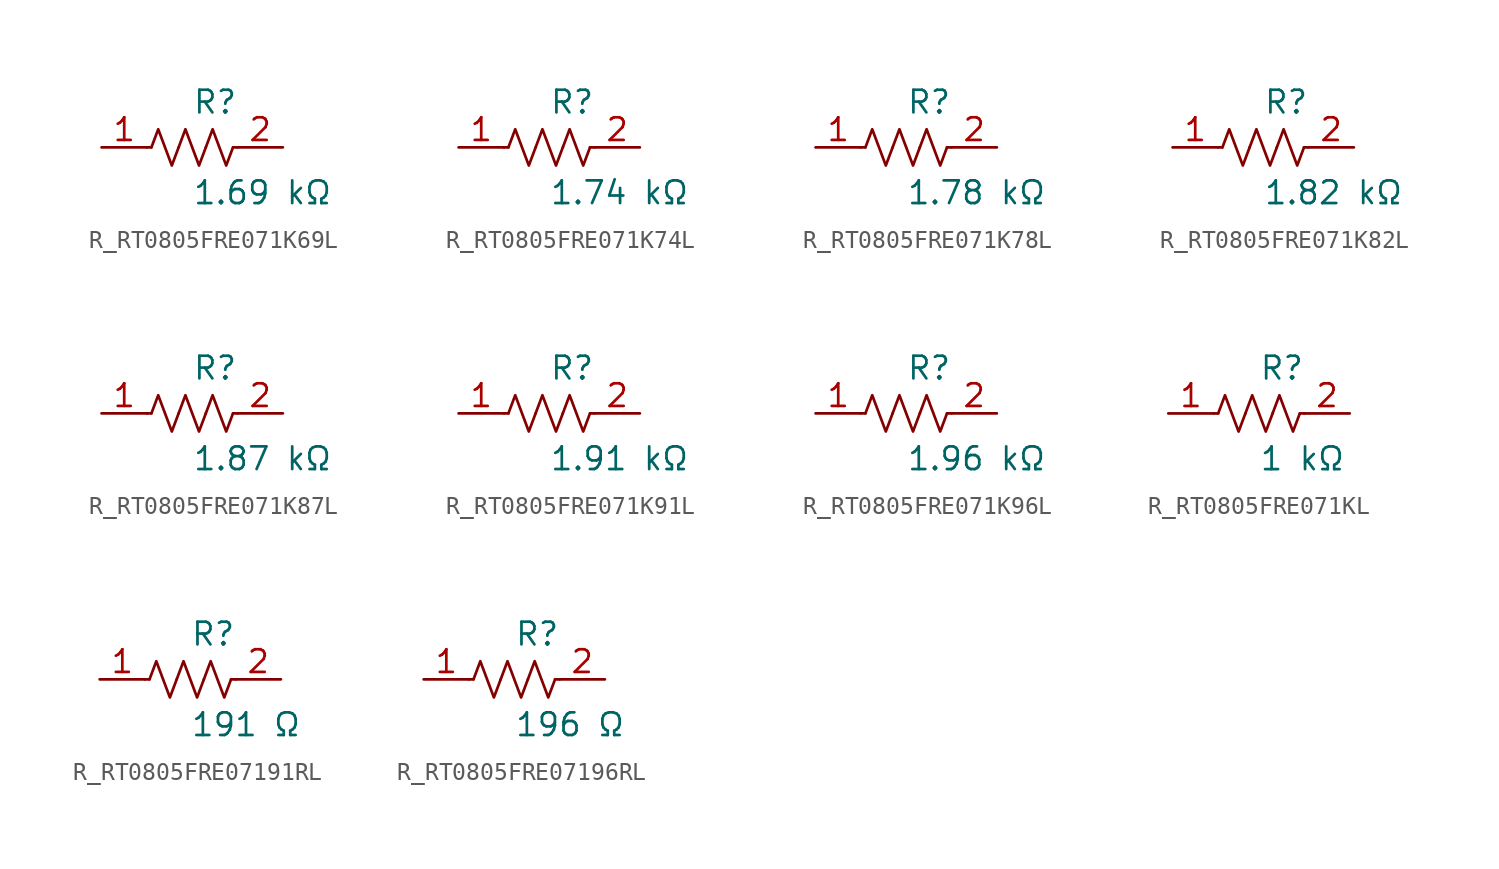
<source format=kicad_sym>
(kicad_symbol_lib
  (version 20231120)
  (generator kicad_symbol_editor)
  (generator_version 8.0)
  (symbol "R_RT0805FRE071K69L"
    (pin_names
      (offset 0.254))
    (property "Reference" "R"
      (at 0.0 2.54 0)
      (effects (font (size 1.27 1.27)) (justify left)))
    (property "Value" "1.69 kΩ"
      (at 0.0 -2.54 0)
      (effects (font (size 1.27 1.27)) (justify left)))
    (symbol "R_RT0805FRE071K69L_0_1"
      (polyline (pts (xy 2.286 0) (xy 2.54 0)) (stroke (width 0) (type default)) (fill (type none)))
      (polyline (pts (xy -2.286 0) (xy -2.54 0)) (stroke (width 0) (type default)) (fill (type none)))
      (polyline (pts (xy 0.762 0) (xy 1.143 1.016) (xy 1.524 0) (xy 1.905 -1.016) (xy 2.286 0)) (stroke (width 0) (type default)) (fill (type none)))
      (polyline (pts (xy -0.762 0) (xy -0.381 1.016) (xy 0 0) (xy 0.381 -1.016) (xy 0.762 0)) (stroke (width 0) (type default)) (fill (type none)))
      (polyline (pts (xy -2.286 0) (xy -1.905 1.016) (xy -1.524 0) (xy -1.143 -1.016) (xy -0.762 0)) (stroke (width 0) (type default)) (fill (type none))))
    (pin unspecified line
      (at -5.08 0 0)
      (length 2.54)
      (name "" (effects (font (size 1.27 1.27))))
      (number "1" (effects (font (size 1.27 1.27)))))
    (pin unspecified line
      (at 5.08 0 180)
      (length 2.54)
      (name "" (effects (font (size 1.27 1.27))))
      (number "2" (effects (font (size 1.27 1.27))))))
  (symbol "R_RT0805FRE071K74L"
    (pin_names
      (offset 0.254))
    (property "Reference" "R"
      (at 0.0 2.54 0)
      (effects (font (size 1.27 1.27)) (justify left)))
    (property "Value" "1.74 kΩ"
      (at 0.0 -2.54 0)
      (effects (font (size 1.27 1.27)) (justify left)))
    (symbol "R_RT0805FRE071K74L_0_1"
      (polyline (pts (xy 2.286 0) (xy 2.54 0)) (stroke (width 0) (type default)) (fill (type none)))
      (polyline (pts (xy -2.286 0) (xy -2.54 0)) (stroke (width 0) (type default)) (fill (type none)))
      (polyline (pts (xy 0.762 0) (xy 1.143 1.016) (xy 1.524 0) (xy 1.905 -1.016) (xy 2.286 0)) (stroke (width 0) (type default)) (fill (type none)))
      (polyline (pts (xy -0.762 0) (xy -0.381 1.016) (xy 0 0) (xy 0.381 -1.016) (xy 0.762 0)) (stroke (width 0) (type default)) (fill (type none)))
      (polyline (pts (xy -2.286 0) (xy -1.905 1.016) (xy -1.524 0) (xy -1.143 -1.016) (xy -0.762 0)) (stroke (width 0) (type default)) (fill (type none))))
    (pin unspecified line
      (at -5.08 0 0)
      (length 2.54)
      (name "" (effects (font (size 1.27 1.27))))
      (number "1" (effects (font (size 1.27 1.27)))))
    (pin unspecified line
      (at 5.08 0 180)
      (length 2.54)
      (name "" (effects (font (size 1.27 1.27))))
      (number "2" (effects (font (size 1.27 1.27))))))
  (symbol "R_RT0805FRE071K78L"
    (pin_names
      (offset 0.254))
    (property "Reference" "R"
      (at 0.0 2.54 0)
      (effects (font (size 1.27 1.27)) (justify left)))
    (property "Value" "1.78 kΩ"
      (at 0.0 -2.54 0)
      (effects (font (size 1.27 1.27)) (justify left)))
    (symbol "R_RT0805FRE071K78L_0_1"
      (polyline (pts (xy 2.286 0) (xy 2.54 0)) (stroke (width 0) (type default)) (fill (type none)))
      (polyline (pts (xy -2.286 0) (xy -2.54 0)) (stroke (width 0) (type default)) (fill (type none)))
      (polyline (pts (xy 0.762 0) (xy 1.143 1.016) (xy 1.524 0) (xy 1.905 -1.016) (xy 2.286 0)) (stroke (width 0) (type default)) (fill (type none)))
      (polyline (pts (xy -0.762 0) (xy -0.381 1.016) (xy 0 0) (xy 0.381 -1.016) (xy 0.762 0)) (stroke (width 0) (type default)) (fill (type none)))
      (polyline (pts (xy -2.286 0) (xy -1.905 1.016) (xy -1.524 0) (xy -1.143 -1.016) (xy -0.762 0)) (stroke (width 0) (type default)) (fill (type none))))
    (pin unspecified line
      (at -5.08 0 0)
      (length 2.54)
      (name "" (effects (font (size 1.27 1.27))))
      (number "1" (effects (font (size 1.27 1.27)))))
    (pin unspecified line
      (at 5.08 0 180)
      (length 2.54)
      (name "" (effects (font (size 1.27 1.27))))
      (number "2" (effects (font (size 1.27 1.27))))))
  (symbol "R_RT0805FRE071K82L"
    (pin_names
      (offset 0.254))
    (property "Reference" "R"
      (at 0.0 2.54 0)
      (effects (font (size 1.27 1.27)) (justify left)))
    (property "Value" "1.82 kΩ"
      (at 0.0 -2.54 0)
      (effects (font (size 1.27 1.27)) (justify left)))
    (symbol "R_RT0805FRE071K82L_0_1"
      (polyline (pts (xy 2.286 0) (xy 2.54 0)) (stroke (width 0) (type default)) (fill (type none)))
      (polyline (pts (xy -2.286 0) (xy -2.54 0)) (stroke (width 0) (type default)) (fill (type none)))
      (polyline (pts (xy 0.762 0) (xy 1.143 1.016) (xy 1.524 0) (xy 1.905 -1.016) (xy 2.286 0)) (stroke (width 0) (type default)) (fill (type none)))
      (polyline (pts (xy -0.762 0) (xy -0.381 1.016) (xy 0 0) (xy 0.381 -1.016) (xy 0.762 0)) (stroke (width 0) (type default)) (fill (type none)))
      (polyline (pts (xy -2.286 0) (xy -1.905 1.016) (xy -1.524 0) (xy -1.143 -1.016) (xy -0.762 0)) (stroke (width 0) (type default)) (fill (type none))))
    (pin unspecified line
      (at -5.08 0 0)
      (length 2.54)
      (name "" (effects (font (size 1.27 1.27))))
      (number "1" (effects (font (size 1.27 1.27)))))
    (pin unspecified line
      (at 5.08 0 180)
      (length 2.54)
      (name "" (effects (font (size 1.27 1.27))))
      (number "2" (effects (font (size 1.27 1.27))))))
  (symbol "R_RT0805FRE071K87L"
    (pin_names
      (offset 0.254))
    (property "Reference" "R"
      (at 0.0 2.54 0)
      (effects (font (size 1.27 1.27)) (justify left)))
    (property "Value" "1.87 kΩ"
      (at 0.0 -2.54 0)
      (effects (font (size 1.27 1.27)) (justify left)))
    (symbol "R_RT0805FRE071K87L_0_1"
      (polyline (pts (xy 2.286 0) (xy 2.54 0)) (stroke (width 0) (type default)) (fill (type none)))
      (polyline (pts (xy -2.286 0) (xy -2.54 0)) (stroke (width 0) (type default)) (fill (type none)))
      (polyline (pts (xy 0.762 0) (xy 1.143 1.016) (xy 1.524 0) (xy 1.905 -1.016) (xy 2.286 0)) (stroke (width 0) (type default)) (fill (type none)))
      (polyline (pts (xy -0.762 0) (xy -0.381 1.016) (xy 0 0) (xy 0.381 -1.016) (xy 0.762 0)) (stroke (width 0) (type default)) (fill (type none)))
      (polyline (pts (xy -2.286 0) (xy -1.905 1.016) (xy -1.524 0) (xy -1.143 -1.016) (xy -0.762 0)) (stroke (width 0) (type default)) (fill (type none))))
    (pin unspecified line
      (at -5.08 0 0)
      (length 2.54)
      (name "" (effects (font (size 1.27 1.27))))
      (number "1" (effects (font (size 1.27 1.27)))))
    (pin unspecified line
      (at 5.08 0 180)
      (length 2.54)
      (name "" (effects (font (size 1.27 1.27))))
      (number "2" (effects (font (size 1.27 1.27))))))
  (symbol "R_RT0805FRE071K91L"
    (pin_names
      (offset 0.254))
    (property "Reference" "R"
      (at 0.0 2.54 0)
      (effects (font (size 1.27 1.27)) (justify left)))
    (property "Value" "1.91 kΩ"
      (at 0.0 -2.54 0)
      (effects (font (size 1.27 1.27)) (justify left)))
    (symbol "R_RT0805FRE071K91L_0_1"
      (polyline (pts (xy 2.286 0) (xy 2.54 0)) (stroke (width 0) (type default)) (fill (type none)))
      (polyline (pts (xy -2.286 0) (xy -2.54 0)) (stroke (width 0) (type default)) (fill (type none)))
      (polyline (pts (xy 0.762 0) (xy 1.143 1.016) (xy 1.524 0) (xy 1.905 -1.016) (xy 2.286 0)) (stroke (width 0) (type default)) (fill (type none)))
      (polyline (pts (xy -0.762 0) (xy -0.381 1.016) (xy 0 0) (xy 0.381 -1.016) (xy 0.762 0)) (stroke (width 0) (type default)) (fill (type none)))
      (polyline (pts (xy -2.286 0) (xy -1.905 1.016) (xy -1.524 0) (xy -1.143 -1.016) (xy -0.762 0)) (stroke (width 0) (type default)) (fill (type none))))
    (pin unspecified line
      (at -5.08 0 0)
      (length 2.54)
      (name "" (effects (font (size 1.27 1.27))))
      (number "1" (effects (font (size 1.27 1.27)))))
    (pin unspecified line
      (at 5.08 0 180)
      (length 2.54)
      (name "" (effects (font (size 1.27 1.27))))
      (number "2" (effects (font (size 1.27 1.27))))))
  (symbol "R_RT0805FRE071K96L"
    (pin_names
      (offset 0.254))
    (property "Reference" "R"
      (at 0.0 2.54 0)
      (effects (font (size 1.27 1.27)) (justify left)))
    (property "Value" "1.96 kΩ"
      (at 0.0 -2.54 0)
      (effects (font (size 1.27 1.27)) (justify left)))
    (symbol "R_RT0805FRE071K96L_0_1"
      (polyline (pts (xy 2.286 0) (xy 2.54 0)) (stroke (width 0) (type default)) (fill (type none)))
      (polyline (pts (xy -2.286 0) (xy -2.54 0)) (stroke (width 0) (type default)) (fill (type none)))
      (polyline (pts (xy 0.762 0) (xy 1.143 1.016) (xy 1.524 0) (xy 1.905 -1.016) (xy 2.286 0)) (stroke (width 0) (type default)) (fill (type none)))
      (polyline (pts (xy -0.762 0) (xy -0.381 1.016) (xy 0 0) (xy 0.381 -1.016) (xy 0.762 0)) (stroke (width 0) (type default)) (fill (type none)))
      (polyline (pts (xy -2.286 0) (xy -1.905 1.016) (xy -1.524 0) (xy -1.143 -1.016) (xy -0.762 0)) (stroke (width 0) (type default)) (fill (type none))))
    (pin unspecified line
      (at -5.08 0 0)
      (length 2.54)
      (name "" (effects (font (size 1.27 1.27))))
      (number "1" (effects (font (size 1.27 1.27)))))
    (pin unspecified line
      (at 5.08 0 180)
      (length 2.54)
      (name "" (effects (font (size 1.27 1.27))))
      (number "2" (effects (font (size 1.27 1.27))))))
  (symbol "R_RT0805FRE071KL"
    (pin_names
      (offset 0.254))
    (property "Reference" "R"
      (at 0.0 2.54 0)
      (effects (font (size 1.27 1.27)) (justify left)))
    (property "Value" "1 kΩ"
      (at 0.0 -2.54 0)
      (effects (font (size 1.27 1.27)) (justify left)))
    (symbol "R_RT0805FRE071KL_0_1"
      (polyline (pts (xy 2.286 0) (xy 2.54 0)) (stroke (width 0) (type default)) (fill (type none)))
      (polyline (pts (xy -2.286 0) (xy -2.54 0)) (stroke (width 0) (type default)) (fill (type none)))
      (polyline (pts (xy 0.762 0) (xy 1.143 1.016) (xy 1.524 0) (xy 1.905 -1.016) (xy 2.286 0)) (stroke (width 0) (type default)) (fill (type none)))
      (polyline (pts (xy -0.762 0) (xy -0.381 1.016) (xy 0 0) (xy 0.381 -1.016) (xy 0.762 0)) (stroke (width 0) (type default)) (fill (type none)))
      (polyline (pts (xy -2.286 0) (xy -1.905 1.016) (xy -1.524 0) (xy -1.143 -1.016) (xy -0.762 0)) (stroke (width 0) (type default)) (fill (type none))))
    (pin unspecified line
      (at -5.08 0 0)
      (length 2.54)
      (name "" (effects (font (size 1.27 1.27))))
      (number "1" (effects (font (size 1.27 1.27)))))
    (pin unspecified line
      (at 5.08 0 180)
      (length 2.54)
      (name "" (effects (font (size 1.27 1.27))))
      (number "2" (effects (font (size 1.27 1.27))))))
  (symbol "R_RT0805FRE07191RL"
    (pin_names
      (offset 0.254))
    (property "Reference" "R"
      (at 0.0 2.54 0)
      (effects (font (size 1.27 1.27)) (justify left)))
    (property "Value" "191 Ω"
      (at 0.0 -2.54 0)
      (effects (font (size 1.27 1.27)) (justify left)))
    (symbol "R_RT0805FRE07191RL_0_1"
      (polyline (pts (xy 2.286 0) (xy 2.54 0)) (stroke (width 0) (type default)) (fill (type none)))
      (polyline (pts (xy -2.286 0) (xy -2.54 0)) (stroke (width 0) (type default)) (fill (type none)))
      (polyline (pts (xy 0.762 0) (xy 1.143 1.016) (xy 1.524 0) (xy 1.905 -1.016) (xy 2.286 0)) (stroke (width 0) (type default)) (fill (type none)))
      (polyline (pts (xy -0.762 0) (xy -0.381 1.016) (xy 0 0) (xy 0.381 -1.016) (xy 0.762 0)) (stroke (width 0) (type default)) (fill (type none)))
      (polyline (pts (xy -2.286 0) (xy -1.905 1.016) (xy -1.524 0) (xy -1.143 -1.016) (xy -0.762 0)) (stroke (width 0) (type default)) (fill (type none))))
    (pin unspecified line
      (at -5.08 0 0)
      (length 2.54)
      (name "" (effects (font (size 1.27 1.27))))
      (number "1" (effects (font (size 1.27 1.27)))))
    (pin unspecified line
      (at 5.08 0 180)
      (length 2.54)
      (name "" (effects (font (size 1.27 1.27))))
      (number "2" (effects (font (size 1.27 1.27))))))
  (symbol "R_RT0805FRE07196RL"
    (pin_names
      (offset 0.254))
    (property "Reference" "R"
      (at 0.0 2.54 0)
      (effects (font (size 1.27 1.27)) (justify left)))
    (property "Value" "196 Ω"
      (at 0.0 -2.54 0)
      (effects (font (size 1.27 1.27)) (justify left)))
    (symbol "R_RT0805FRE07196RL_0_1"
      (polyline (pts (xy 2.286 0) (xy 2.54 0)) (stroke (width 0) (type default)) (fill (type none)))
      (polyline (pts (xy -2.286 0) (xy -2.54 0)) (stroke (width 0) (type default)) (fill (type none)))
      (polyline (pts (xy 0.762 0) (xy 1.143 1.016) (xy 1.524 0) (xy 1.905 -1.016) (xy 2.286 0)) (stroke (width 0) (type default)) (fill (type none)))
      (polyline (pts (xy -0.762 0) (xy -0.381 1.016) (xy 0 0) (xy 0.381 -1.016) (xy 0.762 0)) (stroke (width 0) (type default)) (fill (type none)))
      (polyline (pts (xy -2.286 0) (xy -1.905 1.016) (xy -1.524 0) (xy -1.143 -1.016) (xy -0.762 0)) (stroke (width 0) (type default)) (fill (type none))))
    (pin unspecified line
      (at -5.08 0 0)
      (length 2.54)
      (name "" (effects (font (size 1.27 1.27))))
      (number "1" (effects (font (size 1.27 1.27)))))
    (pin unspecified line
      (at 5.08 0 180)
      (length 2.54)
      (name "" (effects (font (size 1.27 1.27))))
      (number "2" (effects (font (size 1.27 1.27)))))))
</source>
